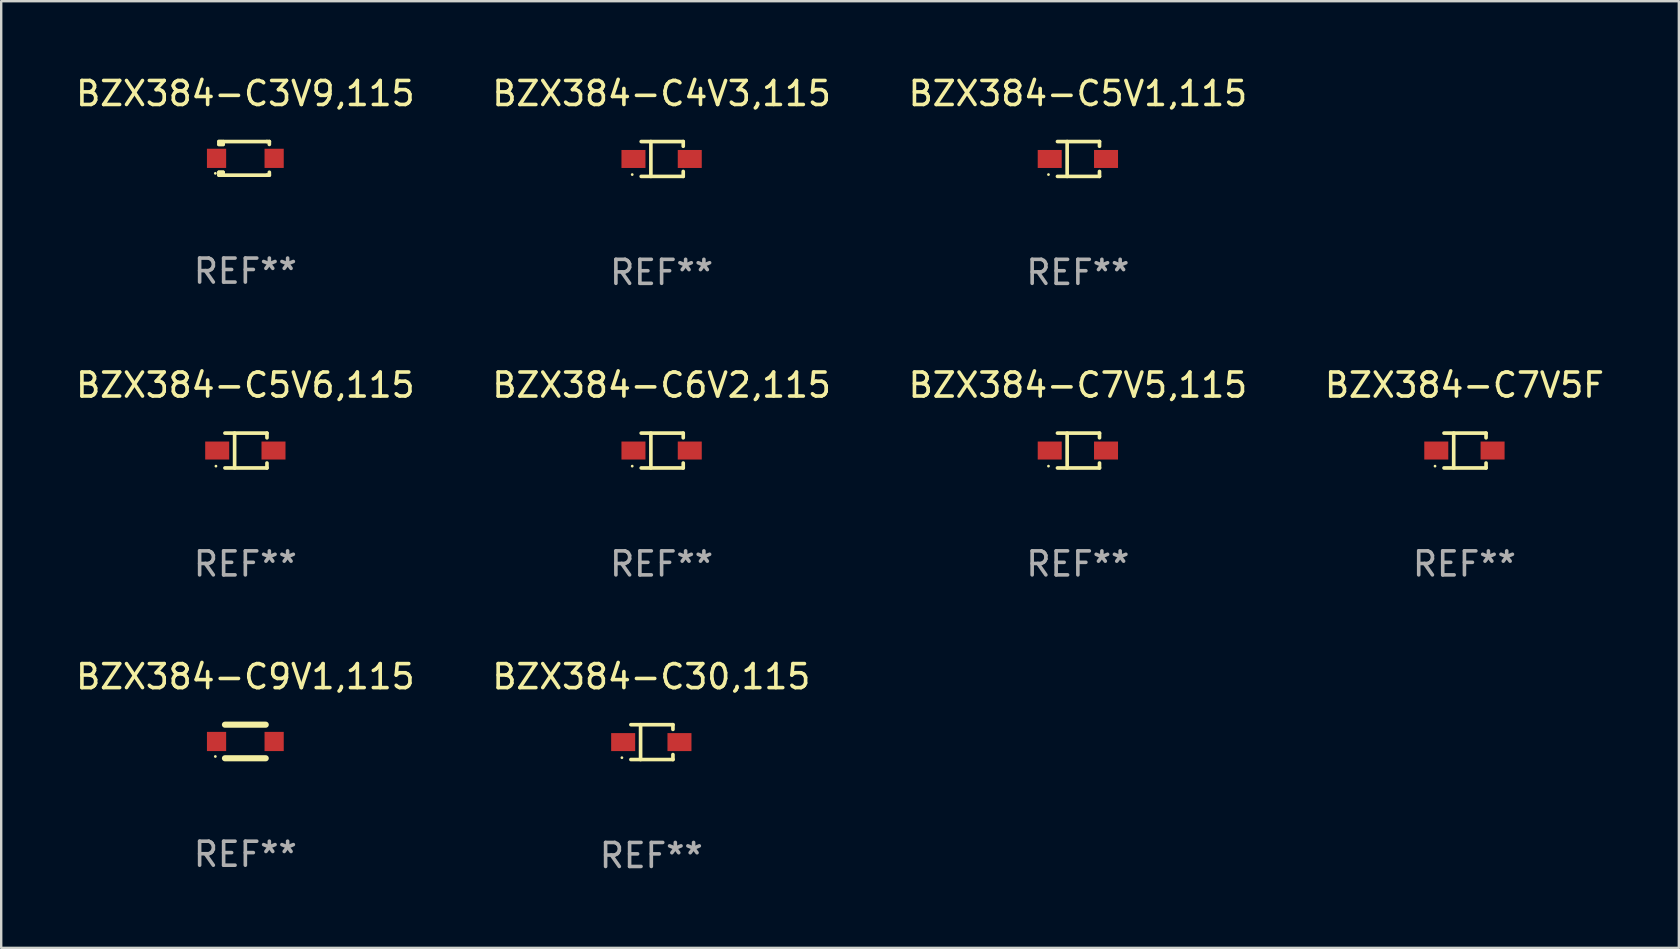
<source format=kicad_pcb>
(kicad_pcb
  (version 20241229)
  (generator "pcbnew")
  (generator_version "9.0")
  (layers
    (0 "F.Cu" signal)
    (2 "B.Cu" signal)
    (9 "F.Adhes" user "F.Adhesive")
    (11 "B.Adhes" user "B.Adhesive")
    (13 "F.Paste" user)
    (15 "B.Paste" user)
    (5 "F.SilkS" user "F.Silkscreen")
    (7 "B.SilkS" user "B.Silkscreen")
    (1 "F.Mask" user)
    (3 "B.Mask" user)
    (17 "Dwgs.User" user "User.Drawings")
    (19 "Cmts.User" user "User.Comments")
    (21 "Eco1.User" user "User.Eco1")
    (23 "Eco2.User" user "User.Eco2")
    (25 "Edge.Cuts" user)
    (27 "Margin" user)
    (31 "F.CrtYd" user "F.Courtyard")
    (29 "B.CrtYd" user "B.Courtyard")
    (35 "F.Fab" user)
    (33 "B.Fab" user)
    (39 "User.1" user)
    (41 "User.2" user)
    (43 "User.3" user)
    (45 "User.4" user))
  (footprint "BZX384-C9V1,115"
    (layer "F.Cu")
    (at 7.173 27.846)
    (property "Reference" "BZX384-C9V1,115" (at 0 -2.7 0) (layer "F.SilkS") (effects (font (size 1 1) (thickness 0.15))))
    (attr through_hole)
    (fp_line (start -0.85 -0.7) (end 0.85 -0.7) (stroke (width 0.254) (type solid)) (layer "F.SilkS"))
    (fp_line (start -0.85 0.7) (end 0.85 0.7) (stroke (width 0.254) (type solid)) (layer "F.SilkS"))
    (fp_circle (center -1.25 0.625) (end -1.22 0.625) (stroke (width 0.06) (type solid)) (fill no) (layer "F.SilkS"))
    (fp_text user "REF**" (at 0 4.7 0) (layer "F.Fab") (effects (font (size 1 1) (thickness 0.15))))
    (pad "1" smd rect (at -1.2 0) (size 0.8 0.8) (layers "F.Cu" "F.Mask" "F.Paste"))
    (pad "2" smd rect (at 1.2 0) (size 0.8 0.8) (layers "F.Cu" "F.Mask" "F.Paste")))
  (footprint "BZX384-C7V5,115"
    (layer "F.Cu")
    (at 41.863 15.723)
    (property "Reference" "BZX384-C7V5,115" (at 0 -2.726 0) (layer "F.SilkS") (effects (font (size 1 1) (thickness 0.15))))
    (attr through_hole)
    (fp_line (start -0.851 -0.726) (end 0.901 -0.726) (stroke (width 0.152) (type solid)) (layer "F.SilkS"))
    (fp_line (start -0.851 0.726) (end 0.901 0.726) (stroke (width 0.152) (type solid)) (layer "F.SilkS"))
    (fp_line (start -0.447 -0.726) (end -0.447 0.726) (stroke (width 0.152) (type solid)) (layer "F.SilkS"))
    (fp_line (start 0.901 -0.726) (end 0.901 -0.53) (stroke (width 0.152) (type solid)) (layer "F.SilkS"))
    (fp_line (start 0.901 0.726) (end 0.901 0.52) (stroke (width 0.152) (type solid)) (layer "F.SilkS"))
    (fp_circle (center -1.225 0.65) (end -1.195 0.65) (stroke (width 0.06) (type solid)) (fill no) (layer "F.SilkS"))
    (fp_text user "REF**" (at 0 4.726 0) (layer "F.Fab") (effects (font (size 1 1) (thickness 0.15))))
    (pad "1" smd rect (at -1.173 0) (size 1 0.75) (layers "F.Cu" "F.Mask" "F.Paste"))
    (pad "2" smd rect (at 1.173 0) (size 1 0.75) (layers "F.Cu" "F.Mask" "F.Paste")))
  (footprint "BZX384-C3V9,115"
    (layer "F.Cu")
    (at 7.173 3.548)
    (property "Reference" "BZX384-C3V9,115" (at 0 -2.7 0) (layer "F.SilkS") (effects (font (size 1 1) (thickness 0.15))))
    (attr through_hole)
    (fp_line (start -1.1 -0.7) (end -1.1 -0.58) (stroke (width 0.152) (type solid)) (layer "F.SilkS"))
    (fp_line (start -1.1 0.58) (end -1.1 0.7) (stroke (width 0.152) (type solid)) (layer "F.SilkS"))
    (fp_line (start -1.1 0.58) (end -0.927 0.58) (stroke (width 0.152) (type solid)) (layer "F.SilkS"))
    (fp_line (start -1.1 0.7) (end 0.9 0.7) (stroke (width 0.152) (type solid)) (layer "F.SilkS"))
    (fp_line (start -1.014 -0.58) (end -1.014 -0.7) (stroke (width 0.152) (type solid)) (layer "F.SilkS"))
    (fp_line (start -1.014 0.7) (end -1.014 0.58) (stroke (width 0.152) (type solid)) (layer "F.SilkS"))
    (fp_line (start -0.927 -0.7) (end -0.927 -0.58) (stroke (width 0.152) (type solid)) (layer "F.SilkS"))
    (fp_line (start -0.927 -0.58) (end -1.1 -0.58) (stroke (width 0.152) (type solid)) (layer "F.SilkS"))
    (fp_line (start -0.927 0.58) (end -0.927 0.7) (stroke (width 0.152) (type solid)) (layer "F.SilkS"))
    (fp_line (start 0.9 -0.7) (end -1.1 -0.7) (stroke (width 0.152) (type solid)) (layer "F.SilkS"))
    (fp_line (start 0.9 0.7) (end 1 0.7) (stroke (width 0.152) (type solid)) (layer "F.SilkS"))
    (fp_line (start 1 -0.7) (end 0.9 -0.7) (stroke (width 0.152) (type solid)) (layer "F.SilkS"))
    (fp_line (start 1 -0.58) (end 1 -0.7) (stroke (width 0.152) (type solid)) (layer "F.SilkS"))
    (fp_line (start 1 0.7) (end 1 0.58) (stroke (width 0.152) (type solid)) (layer "F.SilkS"))
    (fp_circle (center -1.25 0.625) (end -1.22 0.625) (stroke (width 0.06) (type solid)) (fill no) (layer "F.SilkS"))
    (fp_text user "REF**" (at 0 4.7 0) (layer "F.Fab") (effects (font (size 1 1) (thickness 0.15))))
    (pad "1" smd rect (at -1.2 0) (size 0.8 0.8) (layers "F.Cu" "F.Mask" "F.Paste"))
    (pad "2" smd rect (at 1.2 0) (size 0.8 0.8) (layers "F.Cu" "F.Mask" "F.Paste")))
  (footprint "BZX384-C30,115"
    (layer "F.Cu")
    (at 24.089 27.872)
    (property "Reference" "BZX384-C30,115" (at 0 -2.726 0) (layer "F.SilkS") (effects (font (size 1 1) (thickness 0.15))))
    (attr through_hole)
    (fp_line (start -0.851 -0.726) (end 0.901 -0.726) (stroke (width 0.152) (type solid)) (layer "F.SilkS"))
    (fp_line (start -0.851 0.726) (end 0.901 0.726) (stroke (width 0.152) (type solid)) (layer "F.SilkS"))
    (fp_line (start -0.447 -0.726) (end -0.447 0.726) (stroke (width 0.152) (type solid)) (layer "F.SilkS"))
    (fp_line (start 0.901 -0.726) (end 0.901 -0.53) (stroke (width 0.152) (type solid)) (layer "F.SilkS"))
    (fp_line (start 0.901 0.726) (end 0.901 0.52) (stroke (width 0.152) (type solid)) (layer "F.SilkS"))
    (fp_circle (center -1.225 0.65) (end -1.195 0.65) (stroke (width 0.06) (type solid)) (fill no) (layer "F.SilkS"))
    (fp_text user "REF**" (at 0 4.726 0) (layer "F.Fab") (effects (font (size 1 1) (thickness 0.15))))
    (pad "1" smd rect (at -1.173 0) (size 1 0.75) (layers "F.Cu" "F.Mask" "F.Paste"))
    (pad "2" smd rect (at 1.173 0) (size 1 0.75) (layers "F.Cu" "F.Mask" "F.Paste")))
  (footprint "BZX384-C5V1,115"
    (layer "F.Cu")
    (at 41.863 3.574)
    (property "Reference" "BZX384-C5V1,115" (at 0 -2.726 0) (layer "F.SilkS") (effects (font (size 1 1) (thickness 0.15))))
    (attr through_hole)
    (fp_line (start -0.851 -0.726) (end 0.901 -0.726) (stroke (width 0.152) (type solid)) (layer "F.SilkS"))
    (fp_line (start -0.851 0.726) (end 0.901 0.726) (stroke (width 0.152) (type solid)) (layer "F.SilkS"))
    (fp_line (start -0.447 -0.726) (end -0.447 0.726) (stroke (width 0.152) (type solid)) (layer "F.SilkS"))
    (fp_line (start 0.901 -0.726) (end 0.901 -0.53) (stroke (width 0.152) (type solid)) (layer "F.SilkS"))
    (fp_line (start 0.901 0.726) (end 0.901 0.52) (stroke (width 0.152) (type solid)) (layer "F.SilkS"))
    (fp_circle (center -1.225 0.65) (end -1.195 0.65) (stroke (width 0.06) (type solid)) (fill no) (layer "F.SilkS"))
    (fp_text user "REF**" (at 0 4.726 0) (layer "F.Fab") (effects (font (size 1 1) (thickness 0.15))))
    (pad "1" smd rect (at -1.173 0) (size 1 0.75) (layers "F.Cu" "F.Mask" "F.Paste"))
    (pad "2" smd rect (at 1.173 0) (size 1 0.75) (layers "F.Cu" "F.Mask" "F.Paste")))
  (footprint "BZX384-C7V5F"
    (layer "F.Cu")
    (at 57.97 15.723)
    (property "Reference" "BZX384-C7V5F" (at 0 -2.726 0) (layer "F.SilkS") (effects (font (size 1 1) (thickness 0.15))))
    (attr through_hole)
    (fp_line (start -0.851 -0.726) (end 0.901 -0.726) (stroke (width 0.152) (type solid)) (layer "F.SilkS"))
    (fp_line (start -0.851 0.726) (end 0.901 0.726) (stroke (width 0.152) (type solid)) (layer "F.SilkS"))
    (fp_line (start -0.447 -0.726) (end -0.447 0.726) (stroke (width 0.152) (type solid)) (layer "F.SilkS"))
    (fp_line (start 0.901 -0.726) (end 0.901 -0.53) (stroke (width 0.152) (type solid)) (layer "F.SilkS"))
    (fp_line (start 0.901 0.726) (end 0.901 0.52) (stroke (width 0.152) (type solid)) (layer "F.SilkS"))
    (fp_circle (center -1.225 0.65) (end -1.195 0.65) (stroke (width 0.06) (type solid)) (fill no) (layer "F.SilkS"))
    (fp_text user "REF**" (at 0 4.726 0) (layer "F.Fab") (effects (font (size 1 1) (thickness 0.15))))
    (pad "1" smd rect (at -1.173 0) (size 1 0.75) (layers "F.Cu" "F.Mask" "F.Paste"))
    (pad "2" smd rect (at 1.173 0) (size 1 0.75) (layers "F.Cu" "F.Mask" "F.Paste")))
  (footprint "BZX384-C5V6,115"
    (layer "F.Cu")
    (at 7.173 15.723)
    (property "Reference" "BZX384-C5V6,115" (at 0 -2.726 0) (layer "F.SilkS") (effects (font (size 1 1) (thickness 0.15))))
    (attr through_hole)
    (fp_line (start -0.851 -0.726) (end 0.901 -0.726) (stroke (width 0.152) (type solid)) (layer "F.SilkS"))
    (fp_line (start -0.851 0.726) (end 0.901 0.726) (stroke (width 0.152) (type solid)) (layer "F.SilkS"))
    (fp_line (start -0.447 -0.726) (end -0.447 0.726) (stroke (width 0.152) (type solid)) (layer "F.SilkS"))
    (fp_line (start 0.901 -0.726) (end 0.901 -0.53) (stroke (width 0.152) (type solid)) (layer "F.SilkS"))
    (fp_line (start 0.901 0.726) (end 0.901 0.52) (stroke (width 0.152) (type solid)) (layer "F.SilkS"))
    (fp_circle (center -1.225 0.65) (end -1.195 0.65) (stroke (width 0.06) (type solid)) (fill no) (layer "F.SilkS"))
    (fp_text user "REF**" (at 0 4.726 0) (layer "F.Fab") (effects (font (size 1 1) (thickness 0.15))))
    (pad "1" smd rect (at -1.173 0) (size 1 0.75) (layers "F.Cu" "F.Mask" "F.Paste"))
    (pad "2" smd rect (at 1.173 0) (size 1 0.75) (layers "F.Cu" "F.Mask" "F.Paste")))
  (footprint "BZX384-C6V2,115"
    (layer "F.Cu")
    (at 24.518 15.723)
    (property "Reference" "BZX384-C6V2,115" (at 0 -2.726 0) (layer "F.SilkS") (effects (font (size 1 1) (thickness 0.15))))
    (attr through_hole)
    (fp_line (start -0.851 -0.726) (end 0.901 -0.726) (stroke (width 0.152) (type solid)) (layer "F.SilkS"))
    (fp_line (start -0.851 0.726) (end 0.901 0.726) (stroke (width 0.152) (type solid)) (layer "F.SilkS"))
    (fp_line (start -0.447 -0.726) (end -0.447 0.726) (stroke (width 0.152) (type solid)) (layer "F.SilkS"))
    (fp_line (start 0.901 -0.726) (end 0.901 -0.53) (stroke (width 0.152) (type solid)) (layer "F.SilkS"))
    (fp_line (start 0.901 0.726) (end 0.901 0.52) (stroke (width 0.152) (type solid)) (layer "F.SilkS"))
    (fp_circle (center -1.225 0.65) (end -1.195 0.65) (stroke (width 0.06) (type solid)) (fill no) (layer "F.SilkS"))
    (fp_text user "REF**" (at 0 4.726 0) (layer "F.Fab") (effects (font (size 1 1) (thickness 0.15))))
    (pad "1" smd rect (at -1.173 0) (size 1 0.75) (layers "F.Cu" "F.Mask" "F.Paste"))
    (pad "2" smd rect (at 1.173 0) (size 1 0.75) (layers "F.Cu" "F.Mask" "F.Paste")))
  (footprint "BZX384-C4V3,115"
    (layer "F.Cu")
    (at 24.518 3.574)
    (property "Reference" "BZX384-C4V3,115" (at 0 -2.726 0) (layer "F.SilkS") (effects (font (size 1 1) (thickness 0.15))))
    (attr through_hole)
    (fp_line (start -0.851 -0.726) (end 0.901 -0.726) (stroke (width 0.152) (type solid)) (layer "F.SilkS"))
    (fp_line (start -0.851 0.726) (end 0.901 0.726) (stroke (width 0.152) (type solid)) (layer "F.SilkS"))
    (fp_line (start -0.447 -0.726) (end -0.447 0.726) (stroke (width 0.152) (type solid)) (layer "F.SilkS"))
    (fp_line (start 0.901 -0.726) (end 0.901 -0.53) (stroke (width 0.152) (type solid)) (layer "F.SilkS"))
    (fp_line (start 0.901 0.726) (end 0.901 0.52) (stroke (width 0.152) (type solid)) (layer "F.SilkS"))
    (fp_circle (center -1.225 0.65) (end -1.195 0.65) (stroke (width 0.06) (type solid)) (fill no) (layer "F.SilkS"))
    (fp_text user "REF**" (at 0 4.726 0) (layer "F.Fab") (effects (font (size 1 1) (thickness 0.15))))
    (pad "1" smd rect (at -1.173 0) (size 1 0.75) (layers "F.Cu" "F.Mask" "F.Paste"))
    (pad "2" smd rect (at 1.173 0) (size 1 0.75) (layers "F.Cu" "F.Mask" "F.Paste")))
  (gr_rect
    (start -3 -3)
    (end 66.905 36.447)
    (stroke (width 0.1) (type default))
    (fill no)
    (layer "Edge.Cuts")))
</source>
